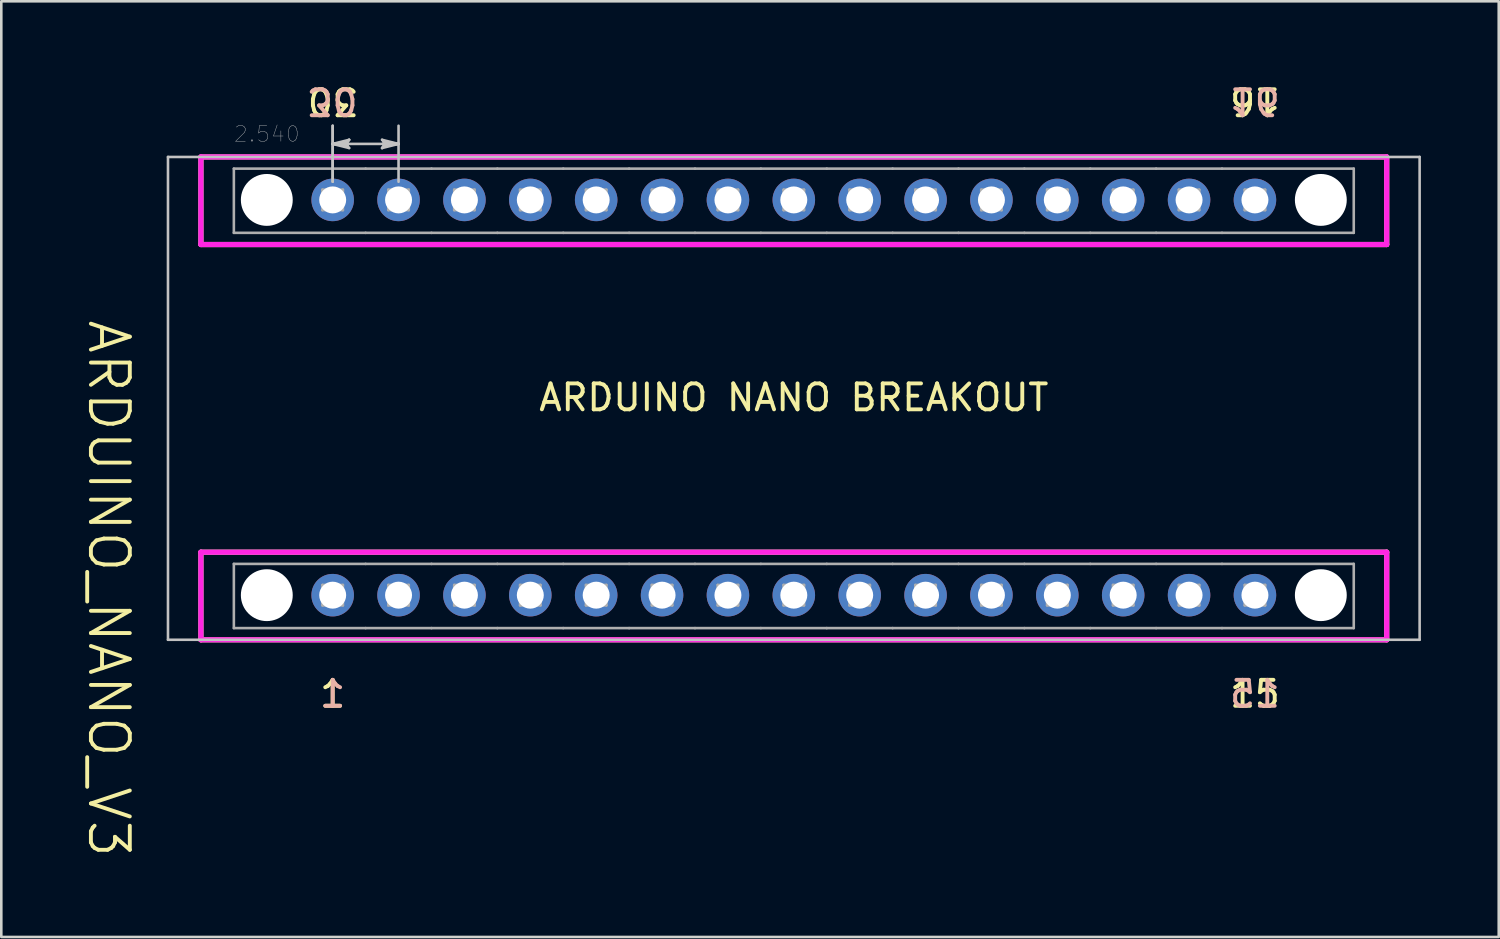
<source format=kicad_pcb>
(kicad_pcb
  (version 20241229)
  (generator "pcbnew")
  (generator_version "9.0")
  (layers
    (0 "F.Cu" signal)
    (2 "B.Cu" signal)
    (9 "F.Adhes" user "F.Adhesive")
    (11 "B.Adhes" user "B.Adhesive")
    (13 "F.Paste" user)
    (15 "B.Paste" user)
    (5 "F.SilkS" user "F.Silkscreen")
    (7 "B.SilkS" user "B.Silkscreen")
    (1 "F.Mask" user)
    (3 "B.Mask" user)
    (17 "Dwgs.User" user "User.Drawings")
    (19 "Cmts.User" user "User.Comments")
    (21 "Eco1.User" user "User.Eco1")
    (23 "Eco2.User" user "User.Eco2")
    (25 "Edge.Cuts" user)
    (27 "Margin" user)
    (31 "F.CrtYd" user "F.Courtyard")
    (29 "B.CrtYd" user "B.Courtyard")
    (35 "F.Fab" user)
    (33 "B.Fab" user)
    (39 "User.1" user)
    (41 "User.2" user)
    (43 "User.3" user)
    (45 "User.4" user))
  (footprint "ARDUINO_NANO_V3"
    (layer "F.Cu")
    (at 27.557 12.278)
    (property "Reference" "ARDUINO_NANO_V3" (at -26.416 7.366 270) (unlocked yes) (layer "F.SilkS") (effects (font (size 1.5 1.5) (thickness 0.15))))
    (attr through_hole)
    (fp_circle (center -17.78 -7.62) (end -16.909 -7.62) (stroke (width 0.1) (type solid)) (fill no) (layer "F.Mask"))
    (fp_circle (center -17.78 7.62) (end -16.909 7.62) (stroke (width 0.1) (type solid)) (fill no) (layer "F.Mask"))
    (fp_circle (center -15.24 -7.62) (end -14.369 -7.62) (stroke (width 0.1) (type solid)) (fill no) (layer "F.Mask"))
    (fp_circle (center -15.24 7.62) (end -14.369 7.62) (stroke (width 0.1) (type solid)) (fill no) (layer "F.Mask"))
    (fp_circle (center -12.7 -7.62) (end -11.829 -7.62) (stroke (width 0.1) (type solid)) (fill no) (layer "F.Mask"))
    (fp_circle (center -12.7 7.62) (end -11.829 7.62) (stroke (width 0.1) (type solid)) (fill no) (layer "F.Mask"))
    (fp_circle (center -10.16 -7.62) (end -9.289 -7.62) (stroke (width 0.1) (type solid)) (fill no) (layer "F.Mask"))
    (fp_circle (center -10.16 7.62) (end -9.289 7.62) (stroke (width 0.1) (type solid)) (fill no) (layer "F.Mask"))
    (fp_circle (center -7.62 -7.62) (end -6.749 -7.62) (stroke (width 0.1) (type solid)) (fill no) (layer "F.Mask"))
    (fp_circle (center -7.62 7.62) (end -6.749 7.62) (stroke (width 0.1) (type solid)) (fill no) (layer "F.Mask"))
    (fp_circle (center -5.08 -7.62) (end -4.209 -7.62) (stroke (width 0.1) (type solid)) (fill no) (layer "F.Mask"))
    (fp_circle (center -5.08 7.62) (end -4.209 7.62) (stroke (width 0.1) (type solid)) (fill no) (layer "F.Mask"))
    (fp_circle (center -2.54 -7.62) (end -1.669 -7.62) (stroke (width 0.1) (type solid)) (fill no) (layer "F.Mask"))
    (fp_circle (center -2.54 7.62) (end -1.669 7.62) (stroke (width 0.1) (type solid)) (fill no) (layer "F.Mask"))
    (fp_circle (center 0 -7.62) (end 0.871 -7.62) (stroke (width 0.1) (type solid)) (fill no) (layer "F.Mask"))
    (fp_circle (center 0 7.62) (end 0.871 7.62) (stroke (width 0.1) (type solid)) (fill no) (layer "F.Mask"))
    (fp_circle (center 2.54 -7.62) (end 3.411 -7.62) (stroke (width 0.1) (type solid)) (fill no) (layer "F.Mask"))
    (fp_circle (center 2.54 7.62) (end 3.411 7.62) (stroke (width 0.1) (type solid)) (fill no) (layer "F.Mask"))
    (fp_circle (center 5.08 -7.62) (end 5.951 -7.62) (stroke (width 0.1) (type solid)) (fill no) (layer "F.Mask"))
    (fp_circle (center 5.08 7.62) (end 5.951 7.62) (stroke (width 0.1) (type solid)) (fill no) (layer "F.Mask"))
    (fp_circle (center 7.62 -7.62) (end 8.491 -7.62) (stroke (width 0.1) (type solid)) (fill no) (layer "F.Mask"))
    (fp_circle (center 7.62 7.62) (end 8.491 7.62) (stroke (width 0.1) (type solid)) (fill no) (layer "F.Mask"))
    (fp_circle (center 10.16 -7.62) (end 11.031 -7.62) (stroke (width 0.1) (type solid)) (fill no) (layer "F.Mask"))
    (fp_circle (center 10.16 7.62) (end 11.031 7.62) (stroke (width 0.1) (type solid)) (fill no) (layer "F.Mask"))
    (fp_circle (center 12.7 -7.62) (end 13.571 -7.62) (stroke (width 0.1) (type solid)) (fill no) (layer "F.Mask"))
    (fp_circle (center 12.7 7.62) (end 13.571 7.62) (stroke (width 0.1) (type solid)) (fill no) (layer "F.Mask"))
    (fp_circle (center 15.24 -7.62) (end 16.111 -7.62) (stroke (width 0.1) (type solid)) (fill no) (layer "F.Mask"))
    (fp_circle (center 15.24 7.62) (end 16.111 7.62) (stroke (width 0.1) (type solid)) (fill no) (layer "F.Mask"))
    (fp_circle (center 17.78 -7.62) (end 18.651 -7.62) (stroke (width 0.1) (type solid)) (fill no) (layer "F.Mask"))
    (fp_circle (center 17.78 7.62) (end 18.651 7.62) (stroke (width 0.1) (type solid)) (fill no) (layer "F.Mask"))
    (fp_circle (center -17.78 -7.62) (end -16.909 -7.62) (stroke (width 0.1) (type solid)) (fill no) (layer "B.Mask"))
    (fp_circle (center -17.78 7.62) (end -16.909 7.62) (stroke (width 0.1) (type solid)) (fill no) (layer "B.Mask"))
    (fp_circle (center -15.24 -7.62) (end -14.369 -7.62) (stroke (width 0.1) (type solid)) (fill no) (layer "B.Mask"))
    (fp_circle (center -15.24 7.62) (end -14.369 7.62) (stroke (width 0.1) (type solid)) (fill no) (layer "B.Mask"))
    (fp_circle (center -12.7 -7.62) (end -11.829 -7.62) (stroke (width 0.1) (type solid)) (fill no) (layer "B.Mask"))
    (fp_circle (center -12.7 7.62) (end -11.829 7.62) (stroke (width 0.1) (type solid)) (fill no) (layer "B.Mask"))
    (fp_circle (center -10.16 -7.62) (end -9.289 -7.62) (stroke (width 0.1) (type solid)) (fill no) (layer "B.Mask"))
    (fp_circle (center -10.16 7.62) (end -9.289 7.62) (stroke (width 0.1) (type solid)) (fill no) (layer "B.Mask"))
    (fp_circle (center -7.62 -7.62) (end -6.749 -7.62) (stroke (width 0.1) (type solid)) (fill no) (layer "B.Mask"))
    (fp_circle (center -7.62 7.62) (end -6.749 7.62) (stroke (width 0.1) (type solid)) (fill no) (layer "B.Mask"))
    (fp_circle (center -5.08 -7.62) (end -4.209 -7.62) (stroke (width 0.1) (type solid)) (fill no) (layer "B.Mask"))
    (fp_circle (center -5.08 7.62) (end -4.209 7.62) (stroke (width 0.1) (type solid)) (fill no) (layer "B.Mask"))
    (fp_circle (center -2.54 -7.62) (end -1.669 -7.62) (stroke (width 0.1) (type solid)) (fill no) (layer "B.Mask"))
    (fp_circle (center -2.54 7.62) (end -1.669 7.62) (stroke (width 0.1) (type solid)) (fill no) (layer "B.Mask"))
    (fp_circle (center 0 -7.62) (end 0.871 -7.62) (stroke (width 0.1) (type solid)) (fill no) (layer "B.Mask"))
    (fp_circle (center 0 7.62) (end 0.871 7.62) (stroke (width 0.1) (type solid)) (fill no) (layer "B.Mask"))
    (fp_circle (center 2.54 -7.62) (end 3.411 -7.62) (stroke (width 0.1) (type solid)) (fill no) (layer "B.Mask"))
    (fp_circle (center 2.54 7.62) (end 3.411 7.62) (stroke (width 0.1) (type solid)) (fill no) (layer "B.Mask"))
    (fp_circle (center 5.08 -7.62) (end 5.951 -7.62) (stroke (width 0.1) (type solid)) (fill no) (layer "B.Mask"))
    (fp_circle (center 5.08 7.62) (end 5.951 7.62) (stroke (width 0.1) (type solid)) (fill no) (layer "B.Mask"))
    (fp_circle (center 7.62 -7.62) (end 8.491 -7.62) (stroke (width 0.1) (type solid)) (fill no) (layer "B.Mask"))
    (fp_circle (center 7.62 7.62) (end 8.491 7.62) (stroke (width 0.1) (type solid)) (fill no) (layer "B.Mask"))
    (fp_circle (center 10.16 -7.62) (end 11.031 -7.62) (stroke (width 0.1) (type solid)) (fill no) (layer "B.Mask"))
    (fp_circle (center 10.16 7.62) (end 11.031 7.62) (stroke (width 0.1) (type solid)) (fill no) (layer "B.Mask"))
    (fp_circle (center 12.7 -7.62) (end 13.571 -7.62) (stroke (width 0.1) (type solid)) (fill no) (layer "B.Mask"))
    (fp_circle (center 12.7 7.62) (end 13.571 7.62) (stroke (width 0.1) (type solid)) (fill no) (layer "B.Mask"))
    (fp_circle (center 15.24 -7.62) (end 16.111 -7.62) (stroke (width 0.1) (type solid)) (fill no) (layer "B.Mask"))
    (fp_circle (center 15.24 7.62) (end 16.111 7.62) (stroke (width 0.1) (type solid)) (fill no) (layer "B.Mask"))
    (fp_circle (center 17.78 -7.62) (end 18.651 -7.62) (stroke (width 0.1) (type solid)) (fill no) (layer "B.Mask"))
    (fp_circle (center 17.78 7.62) (end 18.651 7.62) (stroke (width 0.1) (type solid)) (fill no) (layer "B.Mask"))
    (fp_line (start -22.86 -9.277) (end -22.86 -5.9) (stroke (width 0.2) (type solid)) (layer "F.SilkS"))
    (fp_line (start -22.86 -5.9) (end 22.86 -5.9) (stroke (width 0.2) (type solid)) (layer "F.SilkS"))
    (fp_line (start -22.86 5.963) (end -22.86 9.34) (stroke (width 0.2) (type solid)) (layer "F.SilkS"))
    (fp_line (start -22.86 9.34) (end 22.86 9.34) (stroke (width 0.2) (type solid)) (layer "F.SilkS"))
    (fp_line (start 22.86 -9.277) (end -22.86 -9.277) (stroke (width 0.2) (type solid)) (layer "F.SilkS"))
    (fp_line (start 22.86 -5.9) (end 22.86 -9.277) (stroke (width 0.2) (type solid)) (layer "F.SilkS"))
    (fp_line (start 22.86 5.963) (end -22.86 5.963) (stroke (width 0.2) (type solid)) (layer "F.SilkS"))
    (fp_line (start 22.86 9.34) (end 22.86 5.963) (stroke (width 0.2) (type solid)) (layer "F.SilkS"))
    (fp_line (start -24.13 -9.277) (end -24.13 9.34) (stroke (width 0.1) (type solid)) (layer "Dwgs.User"))
    (fp_line (start -24.13 9.34) (end 24.13 9.34) (stroke (width 0.1) (type solid)) (layer "Dwgs.User"))
    (fp_line (start -17.78 -9.779) (end -17.208 -9.858) (stroke (width 0.1) (type solid)) (layer "Dwgs.User"))
    (fp_line (start -17.78 -9.779) (end -17.208 -9.7) (stroke (width 0.1) (type solid)) (layer "Dwgs.User"))
    (fp_line (start -17.78 -9.779) (end -17.145 -9.62) (stroke (width 0.1) (type solid)) (layer "Dwgs.User"))
    (fp_line (start -17.78 -9.779) (end -15.24 -9.779) (stroke (width 0.1) (type solid)) (layer "Dwgs.User"))
    (fp_line (start -17.78 -8.321) (end -17.78 -10.48) (stroke (width 0.1) (type solid)) (layer "Dwgs.User"))
    (fp_line (start -17.78 -8.321) (end -17.78 -10.48) (stroke (width 0.1) (type solid)) (layer "Dwgs.User"))
    (fp_line (start -17.272 -9.779) (end -17.78 -9.779) (stroke (width 0.1) (type solid)) (layer "Dwgs.User"))
    (fp_line (start -17.272 -9.779) (end -17.145 -9.938) (stroke (width 0.1) (type solid)) (layer "Dwgs.User"))
    (fp_line (start -17.208 -9.858) (end -17.145 -9.938) (stroke (width 0.1) (type solid)) (layer "Dwgs.User"))
    (fp_line (start -17.208 -9.7) (end -17.272 -9.779) (stroke (width 0.1) (type solid)) (layer "Dwgs.User"))
    (fp_line (start -17.145 -9.938) (end -17.78 -9.779) (stroke (width 0.1) (type solid)) (layer "Dwgs.User"))
    (fp_line (start -17.145 -9.62) (end -17.272 -9.779) (stroke (width 0.1) (type solid)) (layer "Dwgs.User"))
    (fp_line (start -15.875 -9.938) (end -15.748 -9.779) (stroke (width 0.1) (type solid)) (layer "Dwgs.User"))
    (fp_line (start -15.875 -9.62) (end -15.24 -9.779) (stroke (width 0.1) (type solid)) (layer "Dwgs.User"))
    (fp_line (start -15.812 -9.858) (end -15.748 -9.779) (stroke (width 0.1) (type solid)) (layer "Dwgs.User"))
    (fp_line (start -15.812 -9.7) (end -15.875 -9.62) (stroke (width 0.1) (type solid)) (layer "Dwgs.User"))
    (fp_line (start -15.748 -9.779) (end -15.875 -9.62) (stroke (width 0.1) (type solid)) (layer "Dwgs.User"))
    (fp_line (start -15.748 -9.779) (end -15.24 -9.779) (stroke (width 0.1) (type solid)) (layer "Dwgs.User"))
    (fp_line (start -15.24 -9.779) (end -15.875 -9.938) (stroke (width 0.1) (type solid)) (layer "Dwgs.User"))
    (fp_line (start -15.24 -9.779) (end -15.812 -9.858) (stroke (width 0.1) (type solid)) (layer "Dwgs.User"))
    (fp_line (start -15.24 -9.779) (end -15.812 -9.7) (stroke (width 0.1) (type solid)) (layer "Dwgs.User"))
    (fp_line (start -15.24 -8.321) (end -15.24 -10.48) (stroke (width 0.1) (type solid)) (layer "Dwgs.User"))
    (fp_line (start 24.13 -9.277) (end -24.13 -9.277) (stroke (width 0.1) (type solid)) (layer "Dwgs.User"))
    (fp_line (start 24.13 9.34) (end 24.13 -9.277) (stroke (width 0.1) (type solid)) (layer "Dwgs.User"))
    (fp_line (start -22.86 -9.277) (end -22.86 -5.9) (stroke (width 0.2) (type solid)) (layer "F.CrtYd"))
    (fp_line (start -22.86 -5.9) (end 22.86 -5.9) (stroke (width 0.2) (type solid)) (layer "F.CrtYd"))
    (fp_line (start -22.86 5.963) (end -22.86 9.34) (stroke (width 0.2) (type solid)) (layer "F.CrtYd"))
    (fp_line (start -22.86 9.34) (end 22.86 9.34) (stroke (width 0.2) (type solid)) (layer "F.CrtYd"))
    (fp_line (start 22.86 -9.277) (end -22.86 -9.277) (stroke (width 0.2) (type solid)) (layer "F.CrtYd"))
    (fp_line (start 22.86 -5.9) (end 22.86 -9.277) (stroke (width 0.2) (type solid)) (layer "F.CrtYd"))
    (fp_line (start 22.86 5.963) (end -22.86 5.963) (stroke (width 0.2) (type solid)) (layer "F.CrtYd"))
    (fp_line (start 22.86 9.34) (end 22.86 5.963) (stroke (width 0.2) (type solid)) (layer "F.CrtYd"))
    (fp_line (start -21.59 -8.826) (end -21.59 -6.35) (stroke (width 0.1) (type solid)) (layer "F.Fab"))
    (fp_line (start -21.59 -6.35) (end -16.51 -6.35) (stroke (width 0.1) (type solid)) (layer "F.Fab"))
    (fp_line (start -21.59 6.414) (end -21.59 8.89) (stroke (width 0.1) (type solid)) (layer "F.Fab"))
    (fp_line (start -21.59 8.89) (end -16.51 8.89) (stroke (width 0.1) (type solid)) (layer "F.Fab"))
    (fp_line (start -18.174 -8.014) (end -18.174 -7.226) (stroke (width 0.1) (type solid)) (layer "F.Fab"))
    (fp_line (start -18.174 -7.226) (end -17.386 -7.226) (stroke (width 0.1) (type solid)) (layer "F.Fab"))
    (fp_line (start -18.174 7.226) (end -18.174 8.014) (stroke (width 0.1) (type solid)) (layer "F.Fab"))
    (fp_line (start -18.174 8.014) (end -17.386 8.014) (stroke (width 0.1) (type solid)) (layer "F.Fab"))
    (fp_line (start -17.386 -8.014) (end -18.174 -8.014) (stroke (width 0.1) (type solid)) (layer "F.Fab"))
    (fp_line (start -17.386 -7.226) (end -17.386 -8.014) (stroke (width 0.1) (type solid)) (layer "F.Fab"))
    (fp_line (start -17.386 7.226) (end -18.174 7.226) (stroke (width 0.1) (type solid)) (layer "F.Fab"))
    (fp_line (start -17.386 8.014) (end -17.386 7.226) (stroke (width 0.1) (type solid)) (layer "F.Fab"))
    (fp_line (start -16.51 -8.826) (end -21.59 -8.826) (stroke (width 0.1) (type solid)) (layer "F.Fab"))
    (fp_line (start -16.51 -6.35) (end -13.97 -6.35) (stroke (width 0.1) (type solid)) (layer "F.Fab"))
    (fp_line (start -16.51 6.414) (end -21.59 6.414) (stroke (width 0.1) (type solid)) (layer "F.Fab"))
    (fp_line (start -16.51 8.89) (end -13.97 8.89) (stroke (width 0.1) (type solid)) (layer "F.Fab"))
    (fp_line (start -15.634 -8.014) (end -15.634 -7.226) (stroke (width 0.1) (type solid)) (layer "F.Fab"))
    (fp_line (start -15.634 -7.226) (end -14.846 -7.226) (stroke (width 0.1) (type solid)) (layer "F.Fab"))
    (fp_line (start -15.634 7.226) (end -15.634 8.014) (stroke (width 0.1) (type solid)) (layer "F.Fab"))
    (fp_line (start -15.634 8.014) (end -14.846 8.014) (stroke (width 0.1) (type solid)) (layer "F.Fab"))
    (fp_line (start -14.846 -8.014) (end -15.634 -8.014) (stroke (width 0.1) (type solid)) (layer "F.Fab"))
    (fp_line (start -14.846 -7.226) (end -14.846 -8.014) (stroke (width 0.1) (type solid)) (layer "F.Fab"))
    (fp_line (start -14.846 7.226) (end -15.634 7.226) (stroke (width 0.1) (type solid)) (layer "F.Fab"))
    (fp_line (start -14.846 8.014) (end -14.846 7.226) (stroke (width 0.1) (type solid)) (layer "F.Fab"))
    (fp_line (start -13.97 -8.826) (end -16.51 -8.826) (stroke (width 0.1) (type solid)) (layer "F.Fab"))
    (fp_line (start -13.97 -6.35) (end -11.43 -6.35) (stroke (width 0.1) (type solid)) (layer "F.Fab"))
    (fp_line (start -13.97 6.414) (end -16.51 6.414) (stroke (width 0.1) (type solid)) (layer "F.Fab"))
    (fp_line (start -13.97 8.89) (end -11.43 8.89) (stroke (width 0.1) (type solid)) (layer "F.Fab"))
    (fp_line (start -13.094 -8.014) (end -13.094 -7.226) (stroke (width 0.1) (type solid)) (layer "F.Fab"))
    (fp_line (start -13.094 -7.226) (end -12.306 -7.226) (stroke (width 0.1) (type solid)) (layer "F.Fab"))
    (fp_line (start -13.094 7.226) (end -13.094 8.014) (stroke (width 0.1) (type solid)) (layer "F.Fab"))
    (fp_line (start -13.094 8.014) (end -12.306 8.014) (stroke (width 0.1) (type solid)) (layer "F.Fab"))
    (fp_line (start -12.306 -8.014) (end -13.094 -8.014) (stroke (width 0.1) (type solid)) (layer "F.Fab"))
    (fp_line (start -12.306 -7.226) (end -12.306 -8.014) (stroke (width 0.1) (type solid)) (layer "F.Fab"))
    (fp_line (start -12.306 7.226) (end -13.094 7.226) (stroke (width 0.1) (type solid)) (layer "F.Fab"))
    (fp_line (start -12.306 8.014) (end -12.306 7.226) (stroke (width 0.1) (type solid)) (layer "F.Fab"))
    (fp_line (start -11.43 -8.826) (end -13.97 -8.826) (stroke (width 0.1) (type solid)) (layer "F.Fab"))
    (fp_line (start -11.43 -6.35) (end -8.89 -6.35) (stroke (width 0.1) (type solid)) (layer "F.Fab"))
    (fp_line (start -11.43 6.414) (end -13.97 6.414) (stroke (width 0.1) (type solid)) (layer "F.Fab"))
    (fp_line (start -11.43 8.89) (end -8.89 8.89) (stroke (width 0.1) (type solid)) (layer "F.Fab"))
    (fp_line (start -10.554 -8.014) (end -10.554 -7.226) (stroke (width 0.1) (type solid)) (layer "F.Fab"))
    (fp_line (start -10.554 -7.226) (end -9.766 -7.226) (stroke (width 0.1) (type solid)) (layer "F.Fab"))
    (fp_line (start -10.554 7.226) (end -10.554 8.014) (stroke (width 0.1) (type solid)) (layer "F.Fab"))
    (fp_line (start -10.554 8.014) (end -9.766 8.014) (stroke (width 0.1) (type solid)) (layer "F.Fab"))
    (fp_line (start -9.766 -8.014) (end -10.554 -8.014) (stroke (width 0.1) (type solid)) (layer "F.Fab"))
    (fp_line (start -9.766 -7.226) (end -9.766 -8.014) (stroke (width 0.1) (type solid)) (layer "F.Fab"))
    (fp_line (start -9.766 7.226) (end -10.554 7.226) (stroke (width 0.1) (type solid)) (layer "F.Fab"))
    (fp_line (start -9.766 8.014) (end -9.766 7.226) (stroke (width 0.1) (type solid)) (layer "F.Fab"))
    (fp_line (start -8.89 -8.826) (end -11.43 -8.826) (stroke (width 0.1) (type solid)) (layer "F.Fab"))
    (fp_line (start -8.89 -6.35) (end -6.35 -6.35) (stroke (width 0.1) (type solid)) (layer "F.Fab"))
    (fp_line (start -8.89 6.414) (end -11.43 6.414) (stroke (width 0.1) (type solid)) (layer "F.Fab"))
    (fp_line (start -8.89 8.89) (end -6.35 8.89) (stroke (width 0.1) (type solid)) (layer "F.Fab"))
    (fp_line (start -8.014 -8.014) (end -8.014 -7.226) (stroke (width 0.1) (type solid)) (layer "F.Fab"))
    (fp_line (start -8.014 -7.226) (end -7.226 -7.226) (stroke (width 0.1) (type solid)) (layer "F.Fab"))
    (fp_line (start -8.014 7.226) (end -8.014 8.014) (stroke (width 0.1) (type solid)) (layer "F.Fab"))
    (fp_line (start -8.014 8.014) (end -7.226 8.014) (stroke (width 0.1) (type solid)) (layer "F.Fab"))
    (fp_line (start -7.226 -8.014) (end -8.014 -8.014) (stroke (width 0.1) (type solid)) (layer "F.Fab"))
    (fp_line (start -7.226 -7.226) (end -7.226 -8.014) (stroke (width 0.1) (type solid)) (layer "F.Fab"))
    (fp_line (start -7.226 7.226) (end -8.014 7.226) (stroke (width 0.1) (type solid)) (layer "F.Fab"))
    (fp_line (start -7.226 8.014) (end -7.226 7.226) (stroke (width 0.1) (type solid)) (layer "F.Fab"))
    (fp_line (start -6.35 -8.826) (end -8.89 -8.826) (stroke (width 0.1) (type solid)) (layer "F.Fab"))
    (fp_line (start -6.35 -6.35) (end -3.81 -6.35) (stroke (width 0.1) (type solid)) (layer "F.Fab"))
    (fp_line (start -6.35 6.414) (end -8.89 6.414) (stroke (width 0.1) (type solid)) (layer "F.Fab"))
    (fp_line (start -6.35 8.89) (end -3.81 8.89) (stroke (width 0.1) (type solid)) (layer "F.Fab"))
    (fp_line (start -5.474 -8.014) (end -5.474 -7.226) (stroke (width 0.1) (type solid)) (layer "F.Fab"))
    (fp_line (start -5.474 -7.226) (end -4.686 -7.226) (stroke (width 0.1) (type solid)) (layer "F.Fab"))
    (fp_line (start -5.474 7.226) (end -5.474 8.014) (stroke (width 0.1) (type solid)) (layer "F.Fab"))
    (fp_line (start -5.474 8.014) (end -4.686 8.014) (stroke (width 0.1) (type solid)) (layer "F.Fab"))
    (fp_line (start -4.686 -8.014) (end -5.474 -8.014) (stroke (width 0.1) (type solid)) (layer "F.Fab"))
    (fp_line (start -4.686 -7.226) (end -4.686 -8.014) (stroke (width 0.1) (type solid)) (layer "F.Fab"))
    (fp_line (start -4.686 7.226) (end -5.474 7.226) (stroke (width 0.1) (type solid)) (layer "F.Fab"))
    (fp_line (start -4.686 8.014) (end -4.686 7.226) (stroke (width 0.1) (type solid)) (layer "F.Fab"))
    (fp_line (start -3.81 -8.826) (end -6.35 -8.826) (stroke (width 0.1) (type solid)) (layer "F.Fab"))
    (fp_line (start -3.81 -6.35) (end -1.27 -6.35) (stroke (width 0.1) (type solid)) (layer "F.Fab"))
    (fp_line (start -3.81 6.414) (end -6.35 6.414) (stroke (width 0.1) (type solid)) (layer "F.Fab"))
    (fp_line (start -3.81 8.89) (end -1.27 8.89) (stroke (width 0.1) (type solid)) (layer "F.Fab"))
    (fp_line (start -2.934 -8.014) (end -2.934 -7.226) (stroke (width 0.1) (type solid)) (layer "F.Fab"))
    (fp_line (start -2.934 -7.226) (end -2.146 -7.226) (stroke (width 0.1) (type solid)) (layer "F.Fab"))
    (fp_line (start -2.934 7.226) (end -2.934 8.014) (stroke (width 0.1) (type solid)) (layer "F.Fab"))
    (fp_line (start -2.934 8.014) (end -2.146 8.014) (stroke (width 0.1) (type solid)) (layer "F.Fab"))
    (fp_line (start -2.146 -8.014) (end -2.934 -8.014) (stroke (width 0.1) (type solid)) (layer "F.Fab"))
    (fp_line (start -2.146 -7.226) (end -2.146 -8.014) (stroke (width 0.1) (type solid)) (layer "F.Fab"))
    (fp_line (start -2.146 7.226) (end -2.934 7.226) (stroke (width 0.1) (type solid)) (layer "F.Fab"))
    (fp_line (start -2.146 8.014) (end -2.146 7.226) (stroke (width 0.1) (type solid)) (layer "F.Fab"))
    (fp_line (start -1.27 -8.826) (end -3.81 -8.826) (stroke (width 0.1) (type solid)) (layer "F.Fab"))
    (fp_line (start -1.27 -6.35) (end 1.27 -6.35) (stroke (width 0.1) (type solid)) (layer "F.Fab"))
    (fp_line (start -1.27 6.414) (end -3.81 6.414) (stroke (width 0.1) (type solid)) (layer "F.Fab"))
    (fp_line (start -1.27 8.89) (end 1.27 8.89) (stroke (width 0.1) (type solid)) (layer "F.Fab"))
    (fp_line (start -0.394 -8.014) (end -0.394 -7.226) (stroke (width 0.1) (type solid)) (layer "F.Fab"))
    (fp_line (start -0.394 -7.226) (end 0.394 -7.226) (stroke (width 0.1) (type solid)) (layer "F.Fab"))
    (fp_line (start -0.394 7.226) (end -0.394 8.014) (stroke (width 0.1) (type solid)) (layer "F.Fab"))
    (fp_line (start -0.394 8.014) (end 0.394 8.014) (stroke (width 0.1) (type solid)) (layer "F.Fab"))
    (fp_line (start 0.394 -8.014) (end -0.394 -8.014) (stroke (width 0.1) (type solid)) (layer "F.Fab"))
    (fp_line (start 0.394 -7.226) (end 0.394 -8.014) (stroke (width 0.1) (type solid)) (layer "F.Fab"))
    (fp_line (start 0.394 7.226) (end -0.394 7.226) (stroke (width 0.1) (type solid)) (layer "F.Fab"))
    (fp_line (start 0.394 8.014) (end 0.394 7.226) (stroke (width 0.1) (type solid)) (layer "F.Fab"))
    (fp_line (start 1.27 -8.826) (end -1.27 -8.826) (stroke (width 0.1) (type solid)) (layer "F.Fab"))
    (fp_line (start 1.27 -6.35) (end 3.81 -6.35) (stroke (width 0.1) (type solid)) (layer "F.Fab"))
    (fp_line (start 1.27 6.414) (end -1.27 6.414) (stroke (width 0.1) (type solid)) (layer "F.Fab"))
    (fp_line (start 1.27 8.89) (end 3.81 8.89) (stroke (width 0.1) (type solid)) (layer "F.Fab"))
    (fp_line (start 2.146 -8.014) (end 2.146 -7.226) (stroke (width 0.1) (type solid)) (layer "F.Fab"))
    (fp_line (start 2.146 -7.226) (end 2.934 -7.226) (stroke (width 0.1) (type solid)) (layer "F.Fab"))
    (fp_line (start 2.146 7.226) (end 2.146 8.014) (stroke (width 0.1) (type solid)) (layer "F.Fab"))
    (fp_line (start 2.146 8.014) (end 2.934 8.014) (stroke (width 0.1) (type solid)) (layer "F.Fab"))
    (fp_line (start 2.934 -8.014) (end 2.146 -8.014) (stroke (width 0.1) (type solid)) (layer "F.Fab"))
    (fp_line (start 2.934 -7.226) (end 2.934 -8.014) (stroke (width 0.1) (type solid)) (layer "F.Fab"))
    (fp_line (start 2.934 7.226) (end 2.146 7.226) (stroke (width 0.1) (type solid)) (layer "F.Fab"))
    (fp_line (start 2.934 8.014) (end 2.934 7.226) (stroke (width 0.1) (type solid)) (layer "F.Fab"))
    (fp_line (start 3.81 -8.826) (end 1.27 -8.826) (stroke (width 0.1) (type solid)) (layer "F.Fab"))
    (fp_line (start 3.81 -6.35) (end 6.35 -6.35) (stroke (width 0.1) (type solid)) (layer "F.Fab"))
    (fp_line (start 3.81 6.414) (end 1.27 6.414) (stroke (width 0.1) (type solid)) (layer "F.Fab"))
    (fp_line (start 3.81 8.89) (end 6.35 8.89) (stroke (width 0.1) (type solid)) (layer "F.Fab"))
    (fp_line (start 4.686 -8.014) (end 4.686 -7.226) (stroke (width 0.1) (type solid)) (layer "F.Fab"))
    (fp_line (start 4.686 -7.226) (end 5.474 -7.226) (stroke (width 0.1) (type solid)) (layer "F.Fab"))
    (fp_line (start 4.686 7.226) (end 4.686 8.014) (stroke (width 0.1) (type solid)) (layer "F.Fab"))
    (fp_line (start 4.686 8.014) (end 5.474 8.014) (stroke (width 0.1) (type solid)) (layer "F.Fab"))
    (fp_line (start 5.474 -8.014) (end 4.686 -8.014) (stroke (width 0.1) (type solid)) (layer "F.Fab"))
    (fp_line (start 5.474 -7.226) (end 5.474 -8.014) (stroke (width 0.1) (type solid)) (layer "F.Fab"))
    (fp_line (start 5.474 7.226) (end 4.686 7.226) (stroke (width 0.1) (type solid)) (layer "F.Fab"))
    (fp_line (start 5.474 8.014) (end 5.474 7.226) (stroke (width 0.1) (type solid)) (layer "F.Fab"))
    (fp_line (start 6.35 -8.826) (end 3.81 -8.826) (stroke (width 0.1) (type solid)) (layer "F.Fab"))
    (fp_line (start 6.35 -6.35) (end 8.89 -6.35) (stroke (width 0.1) (type solid)) (layer "F.Fab"))
    (fp_line (start 6.35 6.414) (end 3.81 6.414) (stroke (width 0.1) (type solid)) (layer "F.Fab"))
    (fp_line (start 6.35 8.89) (end 8.89 8.89) (stroke (width 0.1) (type solid)) (layer "F.Fab"))
    (fp_line (start 7.226 -8.014) (end 7.226 -7.226) (stroke (width 0.1) (type solid)) (layer "F.Fab"))
    (fp_line (start 7.226 -7.226) (end 8.014 -7.226) (stroke (width 0.1) (type solid)) (layer "F.Fab"))
    (fp_line (start 7.226 7.226) (end 7.226 8.014) (stroke (width 0.1) (type solid)) (layer "F.Fab"))
    (fp_line (start 7.226 8.014) (end 8.014 8.014) (stroke (width 0.1) (type solid)) (layer "F.Fab"))
    (fp_line (start 8.014 -8.014) (end 7.226 -8.014) (stroke (width 0.1) (type solid)) (layer "F.Fab"))
    (fp_line (start 8.014 -7.226) (end 8.014 -8.014) (stroke (width 0.1) (type solid)) (layer "F.Fab"))
    (fp_line (start 8.014 7.226) (end 7.226 7.226) (stroke (width 0.1) (type solid)) (layer "F.Fab"))
    (fp_line (start 8.014 8.014) (end 8.014 7.226) (stroke (width 0.1) (type solid)) (layer "F.Fab"))
    (fp_line (start 8.89 -8.826) (end 6.35 -8.826) (stroke (width 0.1) (type solid)) (layer "F.Fab"))
    (fp_line (start 8.89 -6.35) (end 11.43 -6.35) (stroke (width 0.1) (type solid)) (layer "F.Fab"))
    (fp_line (start 8.89 6.414) (end 6.35 6.414) (stroke (width 0.1) (type solid)) (layer "F.Fab"))
    (fp_line (start 8.89 8.89) (end 11.43 8.89) (stroke (width 0.1) (type solid)) (layer "F.Fab"))
    (fp_line (start 9.766 -8.014) (end 9.766 -7.226) (stroke (width 0.1) (type solid)) (layer "F.Fab"))
    (fp_line (start 9.766 -7.226) (end 10.554 -7.226) (stroke (width 0.1) (type solid)) (layer "F.Fab"))
    (fp_line (start 9.766 7.226) (end 9.766 8.014) (stroke (width 0.1) (type solid)) (layer "F.Fab"))
    (fp_line (start 9.766 8.014) (end 10.554 8.014) (stroke (width 0.1) (type solid)) (layer "F.Fab"))
    (fp_line (start 10.554 -8.014) (end 9.766 -8.014) (stroke (width 0.1) (type solid)) (layer "F.Fab"))
    (fp_line (start 10.554 -7.226) (end 10.554 -8.014) (stroke (width 0.1) (type solid)) (layer "F.Fab"))
    (fp_line (start 10.554 7.226) (end 9.766 7.226) (stroke (width 0.1) (type solid)) (layer "F.Fab"))
    (fp_line (start 10.554 8.014) (end 10.554 7.226) (stroke (width 0.1) (type solid)) (layer "F.Fab"))
    (fp_line (start 11.43 -8.826) (end 8.89 -8.826) (stroke (width 0.1) (type solid)) (layer "F.Fab"))
    (fp_line (start 11.43 -6.35) (end 13.97 -6.35) (stroke (width 0.1) (type solid)) (layer "F.Fab"))
    (fp_line (start 11.43 6.414) (end 8.89 6.414) (stroke (width 0.1) (type solid)) (layer "F.Fab"))
    (fp_line (start 11.43 8.89) (end 13.97 8.89) (stroke (width 0.1) (type solid)) (layer "F.Fab"))
    (fp_line (start 12.306 -8.014) (end 12.306 -7.226) (stroke (width 0.1) (type solid)) (layer "F.Fab"))
    (fp_line (start 12.306 -7.226) (end 13.094 -7.226) (stroke (width 0.1) (type solid)) (layer "F.Fab"))
    (fp_line (start 12.306 7.226) (end 12.306 8.014) (stroke (width 0.1) (type solid)) (layer "F.Fab"))
    (fp_line (start 12.306 8.014) (end 13.094 8.014) (stroke (width 0.1) (type solid)) (layer "F.Fab"))
    (fp_line (start 13.094 -8.014) (end 12.306 -8.014) (stroke (width 0.1) (type solid)) (layer "F.Fab"))
    (fp_line (start 13.094 -7.226) (end 13.094 -8.014) (stroke (width 0.1) (type solid)) (layer "F.Fab"))
    (fp_line (start 13.094 7.226) (end 12.306 7.226) (stroke (width 0.1) (type solid)) (layer "F.Fab"))
    (fp_line (start 13.094 8.014) (end 13.094 7.226) (stroke (width 0.1) (type solid)) (layer "F.Fab"))
    (fp_line (start 13.97 -8.826) (end 11.43 -8.826) (stroke (width 0.1) (type solid)) (layer "F.Fab"))
    (fp_line (start 13.97 -6.35) (end 16.51 -6.35) (stroke (width 0.1) (type solid)) (layer "F.Fab"))
    (fp_line (start 13.97 6.414) (end 11.43 6.414) (stroke (width 0.1) (type solid)) (layer "F.Fab"))
    (fp_line (start 13.97 8.89) (end 16.51 8.89) (stroke (width 0.1) (type solid)) (layer "F.Fab"))
    (fp_line (start 14.846 -8.014) (end 14.846 -7.226) (stroke (width 0.1) (type solid)) (layer "F.Fab"))
    (fp_line (start 14.846 -7.226) (end 15.634 -7.226) (stroke (width 0.1) (type solid)) (layer "F.Fab"))
    (fp_line (start 14.846 7.226) (end 14.846 8.014) (stroke (width 0.1) (type solid)) (layer "F.Fab"))
    (fp_line (start 14.846 8.014) (end 15.634 8.014) (stroke (width 0.1) (type solid)) (layer "F.Fab"))
    (fp_line (start 15.634 -8.014) (end 14.846 -8.014) (stroke (width 0.1) (type solid)) (layer "F.Fab"))
    (fp_line (start 15.634 -7.226) (end 15.634 -8.014) (stroke (width 0.1) (type solid)) (layer "F.Fab"))
    (fp_line (start 15.634 7.226) (end 14.846 7.226) (stroke (width 0.1) (type solid)) (layer "F.Fab"))
    (fp_line (start 15.634 8.014) (end 15.634 7.226) (stroke (width 0.1) (type solid)) (layer "F.Fab"))
    (fp_line (start 16.51 -8.826) (end 13.97 -8.826) (stroke (width 0.1) (type solid)) (layer "F.Fab"))
    (fp_line (start 16.51 -6.35) (end 21.59 -6.35) (stroke (width 0.1) (type solid)) (layer "F.Fab"))
    (fp_line (start 16.51 6.414) (end 13.97 6.414) (stroke (width 0.1) (type solid)) (layer "F.Fab"))
    (fp_line (start 16.51 8.89) (end 21.59 8.89) (stroke (width 0.1) (type solid)) (layer "F.Fab"))
    (fp_line (start 17.386 -8.014) (end 17.386 -7.226) (stroke (width 0.1) (type solid)) (layer "F.Fab"))
    (fp_line (start 17.386 -7.226) (end 18.174 -7.226) (stroke (width 0.1) (type solid)) (layer "F.Fab"))
    (fp_line (start 17.386 7.226) (end 17.386 8.014) (stroke (width 0.1) (type solid)) (layer "F.Fab"))
    (fp_line (start 17.386 8.014) (end 18.174 8.014) (stroke (width 0.1) (type solid)) (layer "F.Fab"))
    (fp_line (start 18.174 -8.014) (end 17.386 -8.014) (stroke (width 0.1) (type solid)) (layer "F.Fab"))
    (fp_line (start 18.174 -7.226) (end 18.174 -8.014) (stroke (width 0.1) (type solid)) (layer "F.Fab"))
    (fp_line (start 18.174 7.226) (end 17.386 7.226) (stroke (width 0.1) (type solid)) (layer "F.Fab"))
    (fp_line (start 18.174 8.014) (end 18.174 7.226) (stroke (width 0.1) (type solid)) (layer "F.Fab"))
    (fp_line (start 21.59 -8.826) (end 16.51 -8.826) (stroke (width 0.1) (type solid)) (layer "F.Fab"))
    (fp_line (start 21.59 -6.35) (end 21.59 -8.826) (stroke (width 0.1) (type solid)) (layer "F.Fab"))
    (fp_line (start 21.59 6.414) (end 16.51 6.414) (stroke (width 0.1) (type solid)) (layer "F.Fab"))
    (fp_line (start 21.59 8.89) (end 21.59 6.414) (stroke (width 0.1) (type solid)) (layer "F.Fab"))
    (fp_text user "1" (at -17.78 11.43 0) (layer "F.SilkS") (effects (font (size 1 1) (thickness 0.15))))
    (fp_text user "15" (at 17.78 11.43 0) (layer "F.SilkS") (effects (font (size 1 1) (thickness 0.15))))
    (fp_text user "ARDUINO NANO BREAKOUT" (at 0 0 0) (layer "F.SilkS") (effects (font (size 1 1) (thickness 0.15))))
    (fp_text user "30" (at -17.78 -11.43 180) (unlocked yes) (layer "F.SilkS") (effects (font (size 1 1) (thickness 0.15))))
    (fp_text user "16" (at 17.78 -11.43 180) (unlocked yes) (layer "F.SilkS") (effects (font (size 1 1) (thickness 0.15))))
    (fp_text user "15" (at 17.78 11.43 0) (layer "B.SilkS") (effects (font (size 1 1) (thickness 0.15)) (justify mirror)))
    (fp_text user "1" (at -17.78 11.43 0) (unlocked yes) (layer "B.SilkS") (effects (font (size 1 1) (thickness 0.15)) (justify mirror)))
    (fp_text user "16" (at 17.78 -11.43 180) (unlocked yes) (layer "B.SilkS") (effects (font (size 1 1) (thickness 0.15)) (justify mirror)))
    (fp_text user "30" (at -17.78 -11.43 180) (unlocked yes) (layer "B.SilkS") (effects (font (size 1 1) (thickness 0.15)) (justify mirror)))
    (fp_text user "2.540" (at -20.32 -10.16 0) (layer "Dwgs.User") (effects (font (size 0.6 0.6) (thickness 0.015))))
    (pad "" np_thru_hole circle (at -20.32 -7.62) (size 2 2) (drill 2) (layers "*.Cu" "*.Mask"))
    (pad "" np_thru_hole circle (at -20.32 7.62) (size 2 2) (drill 2) (layers "*.Cu" "*.Mask"))
    (pad "" np_thru_hole circle (at 20.32 -7.62) (size 2 2) (drill 2) (layers "*.Cu" "*.Mask"))
    (pad "" np_thru_hole circle (at 20.32 7.62) (size 2 2) (drill 2) (layers "*.Cu" "*.Mask"))
    (pad "1" thru_hole circle (at -17.78 7.62) (size 1.64 1.64) (drill 1.04) (layers "*.Cu"))
    (pad "2" thru_hole circle (at -15.24 7.62) (size 1.64 1.64) (drill 1.04) (layers "*.Cu"))
    (pad "3" thru_hole circle (at -12.7 7.62) (size 1.64 1.64) (drill 1.04) (layers "*.Cu"))
    (pad "4" thru_hole circle (at -10.16 7.62) (size 1.64 1.64) (drill 1.04) (layers "*.Cu"))
    (pad "5" thru_hole circle (at -7.62 7.62) (size 1.64 1.64) (drill 1.04) (layers "*.Cu"))
    (pad "6" thru_hole circle (at -5.08 7.62) (size 1.64 1.64) (drill 1.04) (layers "*.Cu"))
    (pad "7" thru_hole circle (at -2.54 7.62) (size 1.64 1.64) (drill 1.04) (layers "*.Cu"))
    (pad "8" thru_hole circle (at 0 7.62) (size 1.64 1.64) (drill 1.04) (layers "*.Cu"))
    (pad "9" thru_hole circle (at 2.54 7.62) (size 1.64 1.64) (drill 1.04) (layers "*.Cu"))
    (pad "10" thru_hole circle (at 5.08 7.62) (size 1.64 1.64) (drill 1.04) (layers "*.Cu"))
    (pad "11" thru_hole circle (at 7.62 7.62) (size 1.64 1.64) (drill 1.04) (layers "*.Cu"))
    (pad "12" thru_hole circle (at 10.16 7.62) (size 1.64 1.64) (drill 1.04) (layers "*.Cu"))
    (pad "13" thru_hole circle (at 12.7 7.62) (size 1.64 1.64) (drill 1.04) (layers "*.Cu"))
    (pad "14" thru_hole circle (at 15.24 7.62) (size 1.64 1.64) (drill 1.04) (layers "*.Cu"))
    (pad "15" thru_hole circle (at 17.78 7.62) (size 1.64 1.64) (drill 1.04) (layers "*.Cu"))
    (pad "16" thru_hole circle (at 17.78 -7.62) (size 1.64 1.64) (drill 1.04) (layers "*.Cu"))
    (pad "17" thru_hole circle (at 15.24 -7.62) (size 1.64 1.64) (drill 1.04) (layers "*.Cu"))
    (pad "18" thru_hole circle (at 12.7 -7.62) (size 1.64 1.64) (drill 1.04) (layers "*.Cu"))
    (pad "19" thru_hole circle (at 10.16 -7.62) (size 1.64 1.64) (drill 1.04) (layers "*.Cu"))
    (pad "20" thru_hole circle (at 7.62 -7.62) (size 1.64 1.64) (drill 1.04) (layers "*.Cu"))
    (pad "21" thru_hole circle (at 5.08 -7.62) (size 1.64 1.64) (drill 1.04) (layers "*.Cu"))
    (pad "22" thru_hole circle (at 2.54 -7.62) (size 1.64 1.64) (drill 1.04) (layers "*.Cu"))
    (pad "23" thru_hole circle (at 0 -7.62) (size 1.64 1.64) (drill 1.04) (layers "*.Cu"))
    (pad "24" thru_hole circle (at -2.54 -7.62) (size 1.64 1.64) (drill 1.04) (layers "*.Cu"))
    (pad "25" thru_hole circle (at -5.08 -7.62) (size 1.64 1.64) (drill 1.04) (layers "*.Cu"))
    (pad "26" thru_hole circle (at -7.62 -7.62) (size 1.64 1.64) (drill 1.04) (layers "*.Cu"))
    (pad "27" thru_hole circle (at -10.16 -7.62) (size 1.64 1.64) (drill 1.04) (layers "*.Cu"))
    (pad "28" thru_hole circle (at -12.7 -7.62) (size 1.64 1.64) (drill 1.04) (layers "*.Cu"))
    (pad "29" thru_hole circle (at -15.24 -7.62) (size 1.64 1.64) (drill 1.04) (layers "*.Cu"))
    (pad "30" thru_hole circle (at -17.78 -7.62) (size 1.64 1.64) (drill 1.04) (layers "*.Cu")))
  (gr_rect
    (start -3 -3)
    (end 54.737 33.076)
    (stroke (width 0.1) (type default))
    (fill no)
    (layer "Edge.Cuts")))
</source>
